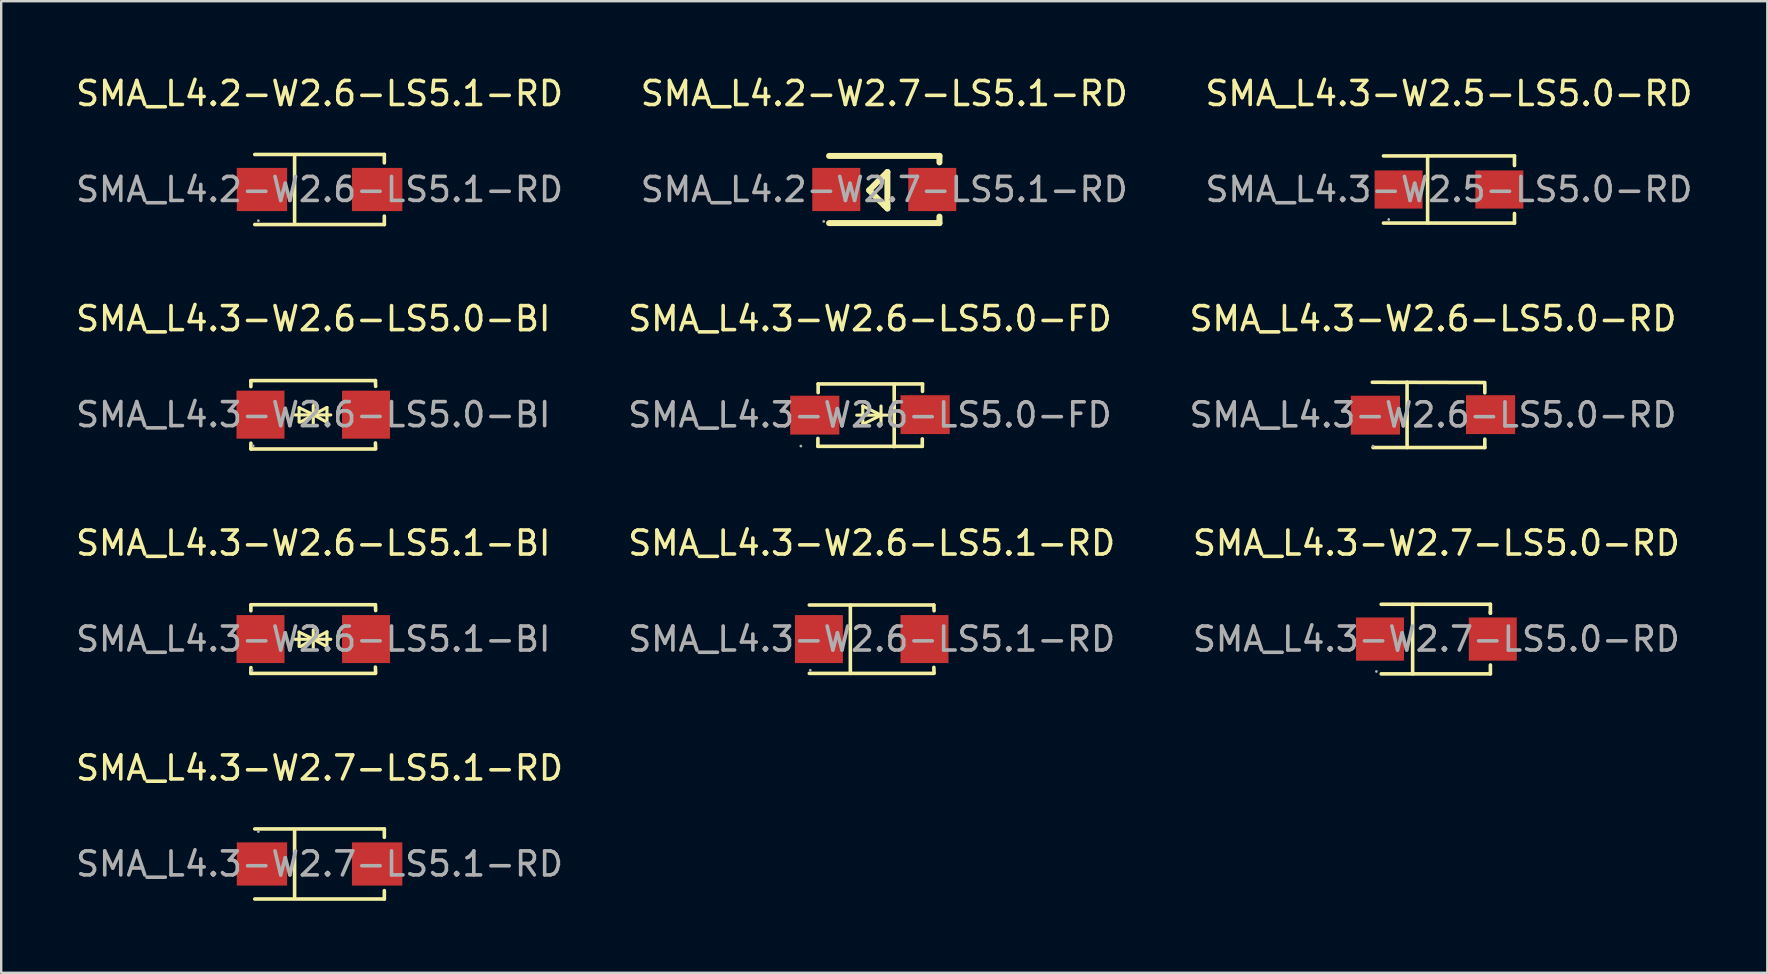
<source format=kicad_pcb>
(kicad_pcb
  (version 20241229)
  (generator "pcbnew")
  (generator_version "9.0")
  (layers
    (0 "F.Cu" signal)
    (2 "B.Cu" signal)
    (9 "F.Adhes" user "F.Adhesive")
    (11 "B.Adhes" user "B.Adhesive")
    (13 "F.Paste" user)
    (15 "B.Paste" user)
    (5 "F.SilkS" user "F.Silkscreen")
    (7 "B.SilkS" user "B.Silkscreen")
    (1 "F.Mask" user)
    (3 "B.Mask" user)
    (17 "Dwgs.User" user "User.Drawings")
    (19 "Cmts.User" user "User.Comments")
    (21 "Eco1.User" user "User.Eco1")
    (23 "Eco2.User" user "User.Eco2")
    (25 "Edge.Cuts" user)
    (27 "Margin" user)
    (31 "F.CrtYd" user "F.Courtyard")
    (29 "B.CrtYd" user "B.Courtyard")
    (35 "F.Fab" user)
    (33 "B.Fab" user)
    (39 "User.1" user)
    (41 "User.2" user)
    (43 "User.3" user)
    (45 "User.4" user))
  (footprint "SMA_L4.3-W2.7-LS5.1-RD"
    (layer "F.Cu")
    (at 10.268 32.958)
    (property "Reference" "SMA_L4.3-W2.7-LS5.1-RD" (at 0 -4 0) (layer "F.SilkS") (effects (font (size 1 1) (thickness 0.15))))
    (attr smd)
    (fp_line (start -2.7 -1.46) (end 2.7 -1.46) (stroke (width 0.15) (type solid)) (layer "F.SilkS"))
    (fp_line (start -2.7 1.46) (end 2.7 1.46) (stroke (width 0.15) (type solid)) (layer "F.SilkS"))
    (fp_line (start -1.04 -1.36) (end -1.04 1.36) (stroke (width 0.15) (type solid)) (layer "F.SilkS"))
    (fp_line (start 2.7 -1.46) (end 2.7 -1.11) (stroke (width 0.15) (type solid)) (layer "F.SilkS"))
    (fp_line (start 2.7 1.46) (end 2.7 1.11) (stroke (width 0.15) (type solid)) (layer "F.SilkS"))
    (fp_circle (center -2.55 -1.35) (end -2.52 -1.35) (stroke (width 0.06) (type solid)) (fill no) (layer "F.Fab"))
    (fp_text user "${REFERENCE}" (at 0 0 0) (layer "F.Fab") (effects (font (size 1 1) (thickness 0.15))))
    (pad "1" smd rect (at -2.4 0) (size 2.1 1.8) (layers "F.Cu" "F.Mask" "F.Paste"))
    (pad "2" smd rect (at 2.4 0) (size 2.1 1.8) (layers "F.Cu" "F.Mask" "F.Paste")))
  (footprint "SMA_L4.3-W2.7-LS5.0-RD"
    (layer "F.Cu")
    (at 56.815 23.585)
    (property "Reference" "SMA_L4.3-W2.7-LS5.0-RD" (at 0 -4 0) (layer "F.SilkS") (effects (font (size 1 1) (thickness 0.15))))
    (attr through_hole)
    (fp_line (start -2.3 -1.45) (end 2.25 -1.45) (stroke (width 0.15) (type solid)) (layer "F.SilkS"))
    (fp_line (start -0.99 -1.45) (end -0.99 1.45) (stroke (width 0.15) (type solid)) (layer "F.SilkS"))
    (fp_line (start 2.25 -1.45) (end 2.25 -1.08) (stroke (width 0.15) (type solid)) (layer "F.SilkS"))
    (fp_line (start 2.25 -1.08) (end 2.25 -1.14) (stroke (width 0.15) (type solid)) (layer "F.SilkS"))
    (fp_line (start 2.25 1.45) (end -2.3 1.45) (stroke (width 0.15) (type solid)) (layer "F.SilkS"))
    (fp_line (start 2.25 1.45) (end 2.25 1.08) (stroke (width 0.15) (type solid)) (layer "F.SilkS"))
    (fp_circle (center -2.5 1.35) (end -2.47 1.35) (stroke (width 0.06) (type solid)) (fill no) (layer "F.Fab"))
    (fp_text user "${REFERENCE}" (at 0 0 0) (layer "F.Fab") (effects (font (size 1 1) (thickness 0.15))))
    (pad "1" smd rect (at -2.35 0) (size 2 1.8) (layers "F.Cu" "F.Mask" "F.Paste"))
    (pad "2" smd rect (at 2.35 0) (size 2 1.8) (layers "F.Cu" "F.Mask" "F.Paste")))
  (footprint "SMA_L4.2-W2.7-LS5.1-RD"
    (layer "F.Cu")
    (at 33.804 4.848)
    (property "Reference" "SMA_L4.2-W2.7-LS5.1-RD" (at 0 -4 0) (layer "F.SilkS") (effects (font (size 1 1) (thickness 0.15))))
    (attr through_hole)
    (fp_line (start -2.3 -1.4) (end 2.3 -1.4) (stroke (width 0.25) (type solid)) (layer "F.SilkS"))
    (fp_line (start -2.3 1.4) (end 2.3 1.4) (stroke (width 0.25) (type solid)) (layer "F.SilkS"))
    (fp_line (start -0.63 0.03) (end 0.13 -0.73) (stroke (width 0.25) (type solid)) (layer "F.SilkS"))
    (fp_line (start 0 0.66) (end -0.63 0.03) (stroke (width 0.25) (type solid)) (layer "F.SilkS"))
    (fp_line (start 0.13 -0.73) (end 0.13 0.66) (stroke (width 0.25) (type solid)) (layer "F.SilkS"))
    (fp_line (start 0.13 0.66) (end 0.13 0.79) (stroke (width 0.25) (type solid)) (layer "F.SilkS"))
    (fp_line (start 0.13 0.79) (end 0 0.66) (stroke (width 0.25) (type solid)) (layer "F.SilkS"))
    (fp_line (start 2.3 -1.4) (end 2.3 -1.13) (stroke (width 0.25) (type solid)) (layer "F.SilkS"))
    (fp_line (start 2.3 1.13) (end 2.3 1.4) (stroke (width 0.25) (type solid)) (layer "F.SilkS"))
    (fp_circle (center -2.52 1.33) (end -2.49 1.33) (stroke (width 0.06) (type solid)) (fill no) (layer "F.Fab"))
    (fp_text user "${REFERENCE}" (at 0 0 0) (layer "F.Fab") (effects (font (size 1 1) (thickness 0.15))))
    (pad "1" smd rect (at -2 0) (size 2 1.8) (layers "F.Cu" "F.Mask" "F.Paste"))
    (pad "2" smd rect (at 2 0) (size 2 1.8) (layers "F.Cu" "F.Mask" "F.Paste")))
  (footprint "SMA_L4.2-W2.6-LS5.1-RD"
    (layer "F.Cu")
    (at 10.268 4.848)
    (property "Reference" "SMA_L4.2-W2.6-LS5.1-RD" (at 0 -4 0) (layer "F.SilkS") (effects (font (size 1 1) (thickness 0.15))))
    (attr smd)
    (fp_line (start -2.7 -1.46) (end 2.7 -1.46) (stroke (width 0.15) (type solid)) (layer "F.SilkS"))
    (fp_line (start -2.7 1.46) (end 2.7 1.46) (stroke (width 0.15) (type solid)) (layer "F.SilkS"))
    (fp_line (start -1.04 -1.36) (end -1.04 1.36) (stroke (width 0.15) (type solid)) (layer "F.SilkS"))
    (fp_line (start 2.7 -1.46) (end 2.7 -1.11) (stroke (width 0.15) (type solid)) (layer "F.SilkS"))
    (fp_line (start 2.7 1.46) (end 2.7 1.11) (stroke (width 0.15) (type solid)) (layer "F.SilkS"))
    (fp_circle (center -2.55 1.3) (end -2.52 1.3) (stroke (width 0.06) (type solid)) (fill no) (layer "F.Fab"))
    (fp_text user "${REFERENCE}" (at 0 0 0) (layer "F.Fab") (effects (font (size 1 1) (thickness 0.15))))
    (pad "1" smd rect (at -2.4 0) (size 2.1 1.8) (layers "F.Cu" "F.Mask" "F.Paste"))
    (pad "2" smd rect (at 2.4 0) (size 2.1 1.8) (layers "F.Cu" "F.Mask" "F.Paste")))
  (footprint "SMA_L4.3-W2.5-LS5.0-RD"
    (layer "F.Cu")
    (at 57.339 4.848)
    (property "Reference" "SMA_L4.3-W2.5-LS5.0-RD" (at 0 -4 0) (layer "F.SilkS") (effects (font (size 1 1) (thickness 0.15))))
    (attr smd)
    (fp_line (start -2.73 -1.4) (end 2.73 -1.4) (stroke (width 0.15) (type solid)) (layer "F.SilkS"))
    (fp_line (start -2.73 1.4) (end 2.73 1.4) (stroke (width 0.15) (type solid)) (layer "F.SilkS"))
    (fp_line (start -0.89 -1.4) (end -0.89 1.4) (stroke (width 0.15) (type solid)) (layer "F.SilkS"))
    (fp_line (start 2.73 -1.4) (end 2.73 -1) (stroke (width 0.15) (type solid)) (layer "F.SilkS"))
    (fp_line (start 2.73 1.4) (end 2.73 1) (stroke (width 0.15) (type solid)) (layer "F.SilkS"))
    (fp_circle (center -2.51 1.25) (end -2.48 1.25) (stroke (width 0.06) (type solid)) (fill no) (layer "F.Fab"))
    (fp_text user "${REFERENCE}" (at 0 0 0) (layer "F.Fab") (effects (font (size 1 1) (thickness 0.15))))
    (pad "1" smd rect (at -2.1 0 180) (size 2 1.59) (layers "F.Cu" "F.Mask" "F.Paste"))
    (pad "2" smd rect (at 2.1 0 180) (size 2 1.59) (layers "F.Cu" "F.Mask" "F.Paste")))
  (footprint "SMA_L4.3-W2.6-LS5.1-RD"
    (layer "F.Cu")
    (at 33.28 23.585)
    (property "Reference" "SMA_L4.3-W2.6-LS5.1-RD" (at 0 -4 0) (layer "F.SilkS") (effects (font (size 1 1) (thickness 0.15))))
    (attr through_hole)
    (fp_line (start -2.6 -1.42) (end 2.59 -1.42) (stroke (width 0.15) (type solid)) (layer "F.SilkS"))
    (fp_line (start -2.6 1.43) (end 2.59 1.43) (stroke (width 0.15) (type solid)) (layer "F.SilkS"))
    (fp_line (start -0.89 -1.42) (end -0.89 1.43) (stroke (width 0.15) (type solid)) (layer "F.SilkS"))
    (fp_line (start 2.59 -1.42) (end 2.6 -1.18) (stroke (width 0.15) (type solid)) (layer "F.SilkS"))
    (fp_line (start 2.59 1.18) (end 2.6 1.42) (stroke (width 0.15) (type solid)) (layer "F.SilkS"))
    (fp_circle (center -2.56 1.3) (end -2.53 1.3) (stroke (width 0.06) (type solid)) (fill no) (layer "F.Fab"))
    (fp_text user "${REFERENCE}" (at 0 0 0) (layer "F.Fab") (effects (font (size 1 1) (thickness 0.15))))
    (pad "1" smd rect (at -2.2 0 180) (size 2 2) (layers "F.Cu" "F.Mask" "F.Paste"))
    (pad "2" smd rect (at 2.2 0 180) (size 2 2) (layers "F.Cu" "F.Mask" "F.Paste")))
  (footprint "SMA_L4.3-W2.6-LS5.0-BI"
    (layer "F.Cu")
    (at 10.006 14.232)
    (property "Reference" "SMA_L4.3-W2.6-LS5.0-BI" (at 0 -4 0) (layer "F.SilkS") (effects (font (size 1 1) (thickness 0.15))))
    (attr smd)
    (fp_line (start -2.6 -1.42) (end 2.59 -1.42) (stroke (width 0.15) (type solid)) (layer "F.SilkS"))
    (fp_line (start -2.6 -1.17) (end -2.6 -1.41) (stroke (width 0.15) (type solid)) (layer "F.SilkS"))
    (fp_line (start -2.6 1.43) (end -2.6 1.19) (stroke (width 0.15) (type solid)) (layer "F.SilkS"))
    (fp_line (start -2.6 1.43) (end 2.59 1.43) (stroke (width 0.15) (type solid)) (layer "F.SilkS"))
    (fp_line (start -0.76 0.01) (end 0.73 0.01) (stroke (width 0.13) (type solid)) (layer "F.SilkS"))
    (fp_line (start -0.59 -0.29) (end -0.59 0.31) (stroke (width 0.13) (type solid)) (layer "F.SilkS"))
    (fp_line (start -0.59 -0.29) (end 0 0) (stroke (width 0.13) (type solid)) (layer "F.SilkS"))
    (fp_line (start -0.53 0.31) (end 0 0) (stroke (width 0.13) (type solid)) (layer "F.SilkS"))
    (fp_line (start 0 0) (end 0 -0.38) (stroke (width 0.13) (type solid)) (layer "F.SilkS"))
    (fp_line (start 0 0) (end 0 0.38) (stroke (width 0.13) (type solid)) (layer "F.SilkS"))
    (fp_line (start 0.54 0.3) (end 0 0) (stroke (width 0.13) (type solid)) (layer "F.SilkS"))
    (fp_line (start 0.57 -0.3) (end 0 0) (stroke (width 0.13) (type solid)) (layer "F.SilkS"))
    (fp_line (start 0.57 -0.3) (end 0.57 0.3) (stroke (width 0.13) (type solid)) (layer "F.SilkS"))
    (fp_line (start 2.59 -1.42) (end 2.6 -1.18) (stroke (width 0.15) (type solid)) (layer "F.SilkS"))
    (fp_line (start 2.59 1.18) (end 2.6 1.42) (stroke (width 0.15) (type solid)) (layer "F.SilkS"))
    (fp_circle (center -2.5 1.3) (end -2.47 1.3) (stroke (width 0.06) (type solid)) (fill no) (layer "F.Fab"))
    (fp_text user "${REFERENCE}" (at 0 0 0) (layer "F.Fab") (effects (font (size 1 1) (thickness 0.15))))
    (pad "1" smd rect (at -2.2 0 180) (size 2 2) (layers "F.Cu" "F.Mask" "F.Paste"))
    (pad "2" smd rect (at 2.2 0 180) (size 2 2) (layers "F.Cu" "F.Mask" "F.Paste")))
  (footprint "SMA_L4.3-W2.6-LS5.0-RD"
    (layer "F.Cu")
    (at 56.673 14.242)
    (property "Reference" "SMA_L4.3-W2.6-LS5.0-RD" (at 0 -4.01 0) (layer "F.SilkS") (effects (font (size 1 1) (thickness 0.15))))
    (attr through_hole)
    (fp_line (start -2.53 -1.36) (end 2.16 -1.35) (stroke (width 0.15) (type solid)) (layer "F.SilkS"))
    (fp_line (start -2.5 1.36) (end 2.16 1.36) (stroke (width 0.15) (type solid)) (layer "F.SilkS"))
    (fp_line (start -1.08 -1.36) (end -1.08 1.36) (stroke (width 0.15) (type solid)) (layer "F.SilkS"))
    (fp_line (start 2.16 -1.27) (end 2.16 -0.92) (stroke (width 0.15) (type solid)) (layer "F.SilkS"))
    (fp_line (start 2.16 1.36) (end 2.16 1.01) (stroke (width 0.15) (type solid)) (layer "F.SilkS"))
    (fp_circle (center -2.5 1.3) (end -2.47 1.3) (stroke (width 0.06) (type solid)) (fill no) (layer "F.Fab"))
    (fp_text user "${REFERENCE}" (at 0 0 0) (layer "F.Fab") (effects (font (size 1 1) (thickness 0.15))))
    (pad "1" smd rect (at -2.4 0.01) (size 2.05 1.62) (layers "F.Cu" "F.Mask" "F.Paste"))
    (pad "2" smd rect (at 2.4 -0.01 180) (size 2.05 1.62) (layers "F.Cu" "F.Mask" "F.Paste")))
  (footprint "SMA_L4.3-W2.6-LS5.1-BI"
    (layer "F.Cu")
    (at 10.006 23.585)
    (property "Reference" "SMA_L4.3-W2.6-LS5.1-BI" (at 0 -4 0) (layer "F.SilkS") (effects (font (size 1 1) (thickness 0.15))))
    (attr through_hole)
    (fp_line (start -2.6 -1.43) (end 2.59 -1.43) (stroke (width 0.15) (type solid)) (layer "F.SilkS"))
    (fp_line (start -2.6 -1.18) (end -2.6 -1.42) (stroke (width 0.15) (type solid)) (layer "F.SilkS"))
    (fp_line (start -2.6 1.43) (end -2.6 1.19) (stroke (width 0.15) (type solid)) (layer "F.SilkS"))
    (fp_line (start -2.6 1.43) (end 2.59 1.43) (stroke (width 0.15) (type solid)) (layer "F.SilkS"))
    (fp_line (start -0.76 0.01) (end 0.73 0.01) (stroke (width 0.13) (type solid)) (layer "F.SilkS"))
    (fp_line (start -0.59 -0.29) (end -0.59 0.31) (stroke (width 0.13) (type solid)) (layer "F.SilkS"))
    (fp_line (start -0.59 -0.29) (end 0 0) (stroke (width 0.13) (type solid)) (layer "F.SilkS"))
    (fp_line (start -0.53 0.31) (end 0 0) (stroke (width 0.13) (type solid)) (layer "F.SilkS"))
    (fp_line (start 0 0) (end 0 -0.38) (stroke (width 0.13) (type solid)) (layer "F.SilkS"))
    (fp_line (start 0 0) (end 0 0.38) (stroke (width 0.13) (type solid)) (layer "F.SilkS"))
    (fp_line (start 0.54 0.3) (end 0 0) (stroke (width 0.13) (type solid)) (layer "F.SilkS"))
    (fp_line (start 0.57 -0.3) (end 0 0) (stroke (width 0.13) (type solid)) (layer "F.SilkS"))
    (fp_line (start 0.57 -0.3) (end 0.57 0.3) (stroke (width 0.13) (type solid)) (layer "F.SilkS"))
    (fp_line (start 2.59 -1.43) (end 2.6 -1.19) (stroke (width 0.15) (type solid)) (layer "F.SilkS"))
    (fp_line (start 2.59 1.17) (end 2.6 1.41) (stroke (width 0.15) (type solid)) (layer "F.SilkS"))
    (fp_circle (center -2.55 1.3) (end -2.52 1.3) (stroke (width 0.06) (type solid)) (fill no) (layer "F.Fab"))
    (fp_text user "${REFERENCE}" (at 0 0 0) (layer "F.Fab") (effects (font (size 1 1) (thickness 0.15))))
    (pad "1" smd rect (at -2.2 0 180) (size 2 2) (layers "F.Cu" "F.Mask" "F.Paste"))
    (pad "2" smd rect (at 2.2 0 180) (size 2 2) (layers "F.Cu" "F.Mask" "F.Paste")))
  (footprint "SMA_L4.3-W2.6-LS5.0-FD"
    (layer "F.Cu")
    (at 33.208 14.242)
    (property "Reference" "SMA_L4.3-W2.6-LS5.0-FD" (at 0 -4.01 0) (layer "F.SilkS") (effects (font (size 1 1) (thickness 0.15))))
    (attr smd)
    (fp_line (start -2.17 0.98) (end -2.17 1.31) (stroke (width 0.15) (type solid)) (layer "F.SilkS"))
    (fp_line (start -2.17 1.31) (end 2.18 1.31) (stroke (width 0.15) (type solid)) (layer "F.SilkS"))
    (fp_line (start -2.16 -1.29) (end 2.19 -1.29) (stroke (width 0.15) (type solid)) (layer "F.SilkS"))
    (fp_line (start -2.16 -0.93) (end -2.16 -1.29) (stroke (width 0.15) (type solid)) (layer "F.SilkS"))
    (fp_line (start -0.55 0.01) (end 0.72 0.01) (stroke (width 0.13) (type solid)) (layer "F.SilkS"))
    (fp_line (start -0.3 -0.37) (end 0.46 0.01) (stroke (width 0.13) (type solid)) (layer "F.SilkS"))
    (fp_line (start -0.3 0.01) (end -0.3 -0.37) (stroke (width 0.13) (type solid)) (layer "F.SilkS"))
    (fp_line (start -0.3 0.01) (end -0.3 0.39) (stroke (width 0.13) (type solid)) (layer "F.SilkS"))
    (fp_line (start -0.3 0.39) (end 0.46 0.01) (stroke (width 0.13) (type solid)) (layer "F.SilkS"))
    (fp_line (start 0.46 0.01) (end 0.46 -0.37) (stroke (width 0.13) (type solid)) (layer "F.SilkS"))
    (fp_line (start 0.46 0.01) (end 0.46 0.39) (stroke (width 0.13) (type solid)) (layer "F.SilkS"))
    (fp_line (start 1.01 -1.28) (end 1.01 1.32) (stroke (width 0.15) (type solid)) (layer "F.SilkS"))
    (fp_line (start 2.18 1.31) (end 2.18 1) (stroke (width 0.15) (type solid)) (layer "F.SilkS"))
    (fp_line (start 2.19 -1.29) (end 2.19 -0.98) (stroke (width 0.15) (type solid)) (layer "F.SilkS"))
    (fp_circle (center -2.88 1.3) (end -2.85 1.3) (stroke (width 0.06) (type solid)) (fill no) (layer "F.Fab"))
    (fp_text user "${REFERENCE}" (at 0 0 0) (layer "F.Fab") (effects (font (size 1 1) (thickness 0.15))))
    (pad "1" smd rect (at -2.3 0.01) (size 2.05 1.62) (layers "F.Cu" "F.Mask" "F.Paste"))
    (pad "2" smd rect (at 2.3 -0.01 180) (size 2.05 1.62) (layers "F.Cu" "F.Mask" "F.Paste")))
  (gr_rect
    (start -3 -3)
    (end 70.607 37.493)
    (stroke (width 0.1) (type default))
    (fill no)
    (layer "Edge.Cuts")))
</source>
